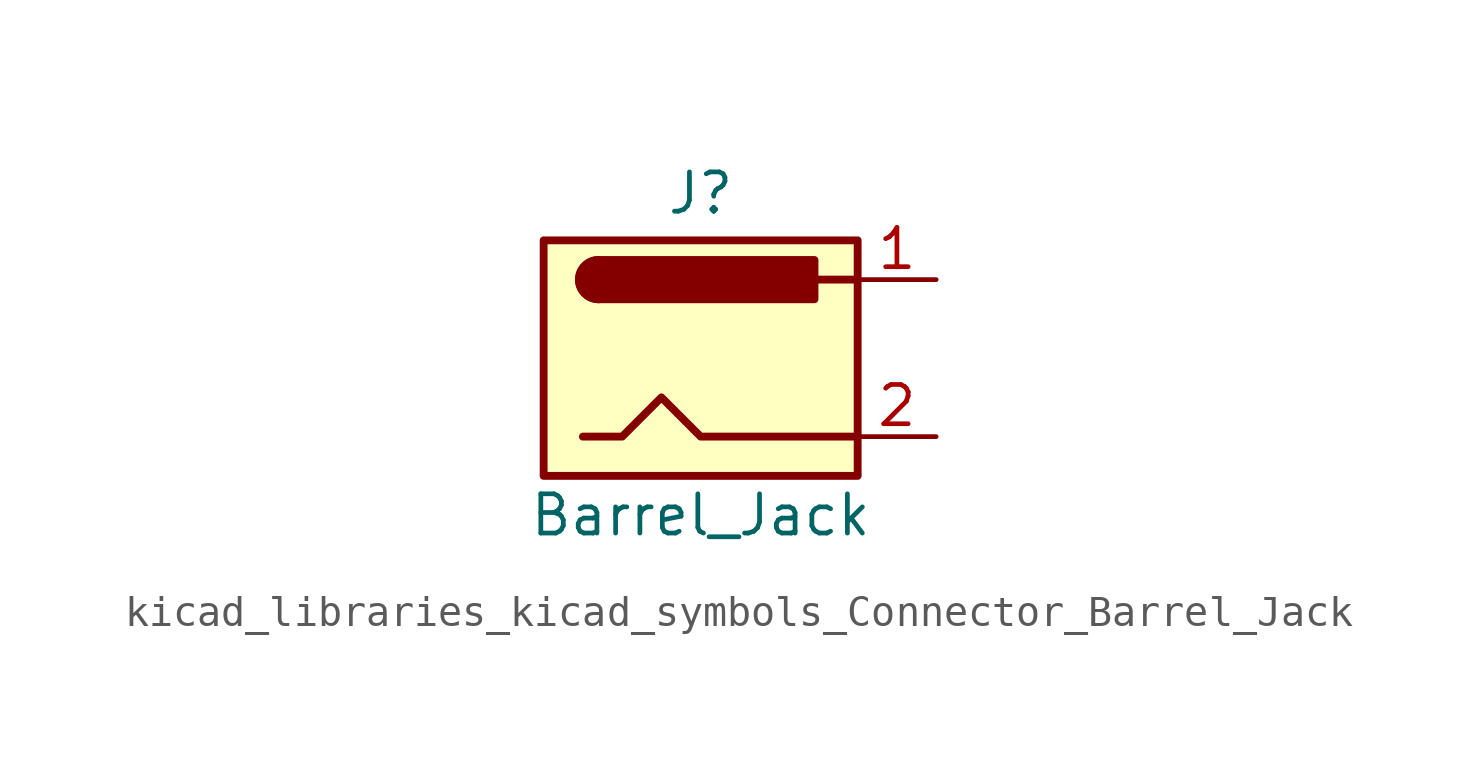
<source format=kicad_sym>
(kicad_symbol_lib
  (version 20220914)
  (generator kicad_symbol_editor)
  (symbol "kicad_libraries_kicad_symbols_Connector_Barrel_Jack"
    (pin_names
      (offset 1.016))
    (property "Reference" "J"
      (at 0 5.334 0)
      (effects (font (size 1.27 1.27))))
    (property "Value" "Barrel_Jack"
      (at 0 -5.08 0)
      (effects (font (size 1.27 1.27))))
    (symbol "kicad_libraries_kicad_symbols_Connector_Barrel_Jack_0_1"
      (rectangle (start -5.08 3.81) (end 5.08 -3.81) (stroke (width 0.254) (type default)) (fill (type background)))
      (arc (start -3.302 3.175) (mid -3.9343 2.54) (end -3.302 1.905) (stroke (width 0.254) (type default)) (fill (type none)))
      (arc (start -3.302 3.175) (mid -3.9343 2.54) (end -3.302 1.905) (stroke (width 0.254) (type default)) (fill (type outline)))
      (polyline (pts (xy 5.08 2.54) (xy 3.81 2.54)) (stroke (width 0.254) (type default)) (fill (type none)))
      (polyline (pts (xy -3.81 -2.54) (xy -2.54 -2.54) (xy -1.27 -1.27) (xy 0 -2.54) (xy 2.54 -2.54) (xy 5.08 -2.54)) (stroke (width 0.254) (type default)) (fill (type none)))
      (rectangle (start 3.683 3.175) (end -3.302 1.905) (stroke (width 0.254) (type default)) (fill (type outline))))
    (symbol "kicad_libraries_kicad_symbols_Connector_Barrel_Jack_1_1"
      (pin passive line (at 7.62 2.54 180) (length 2.54) (name "~" (effects (font (size 1.27 1.27)))) (number "1" (effects (font (size 1.27 1.27)))))
      (pin passive line (at 7.62 -2.54 180) (length 2.54) (name "~" (effects (font (size 1.27 1.27)))) (number "2" (effects (font (size 1.27 1.27))))))))
</source>
